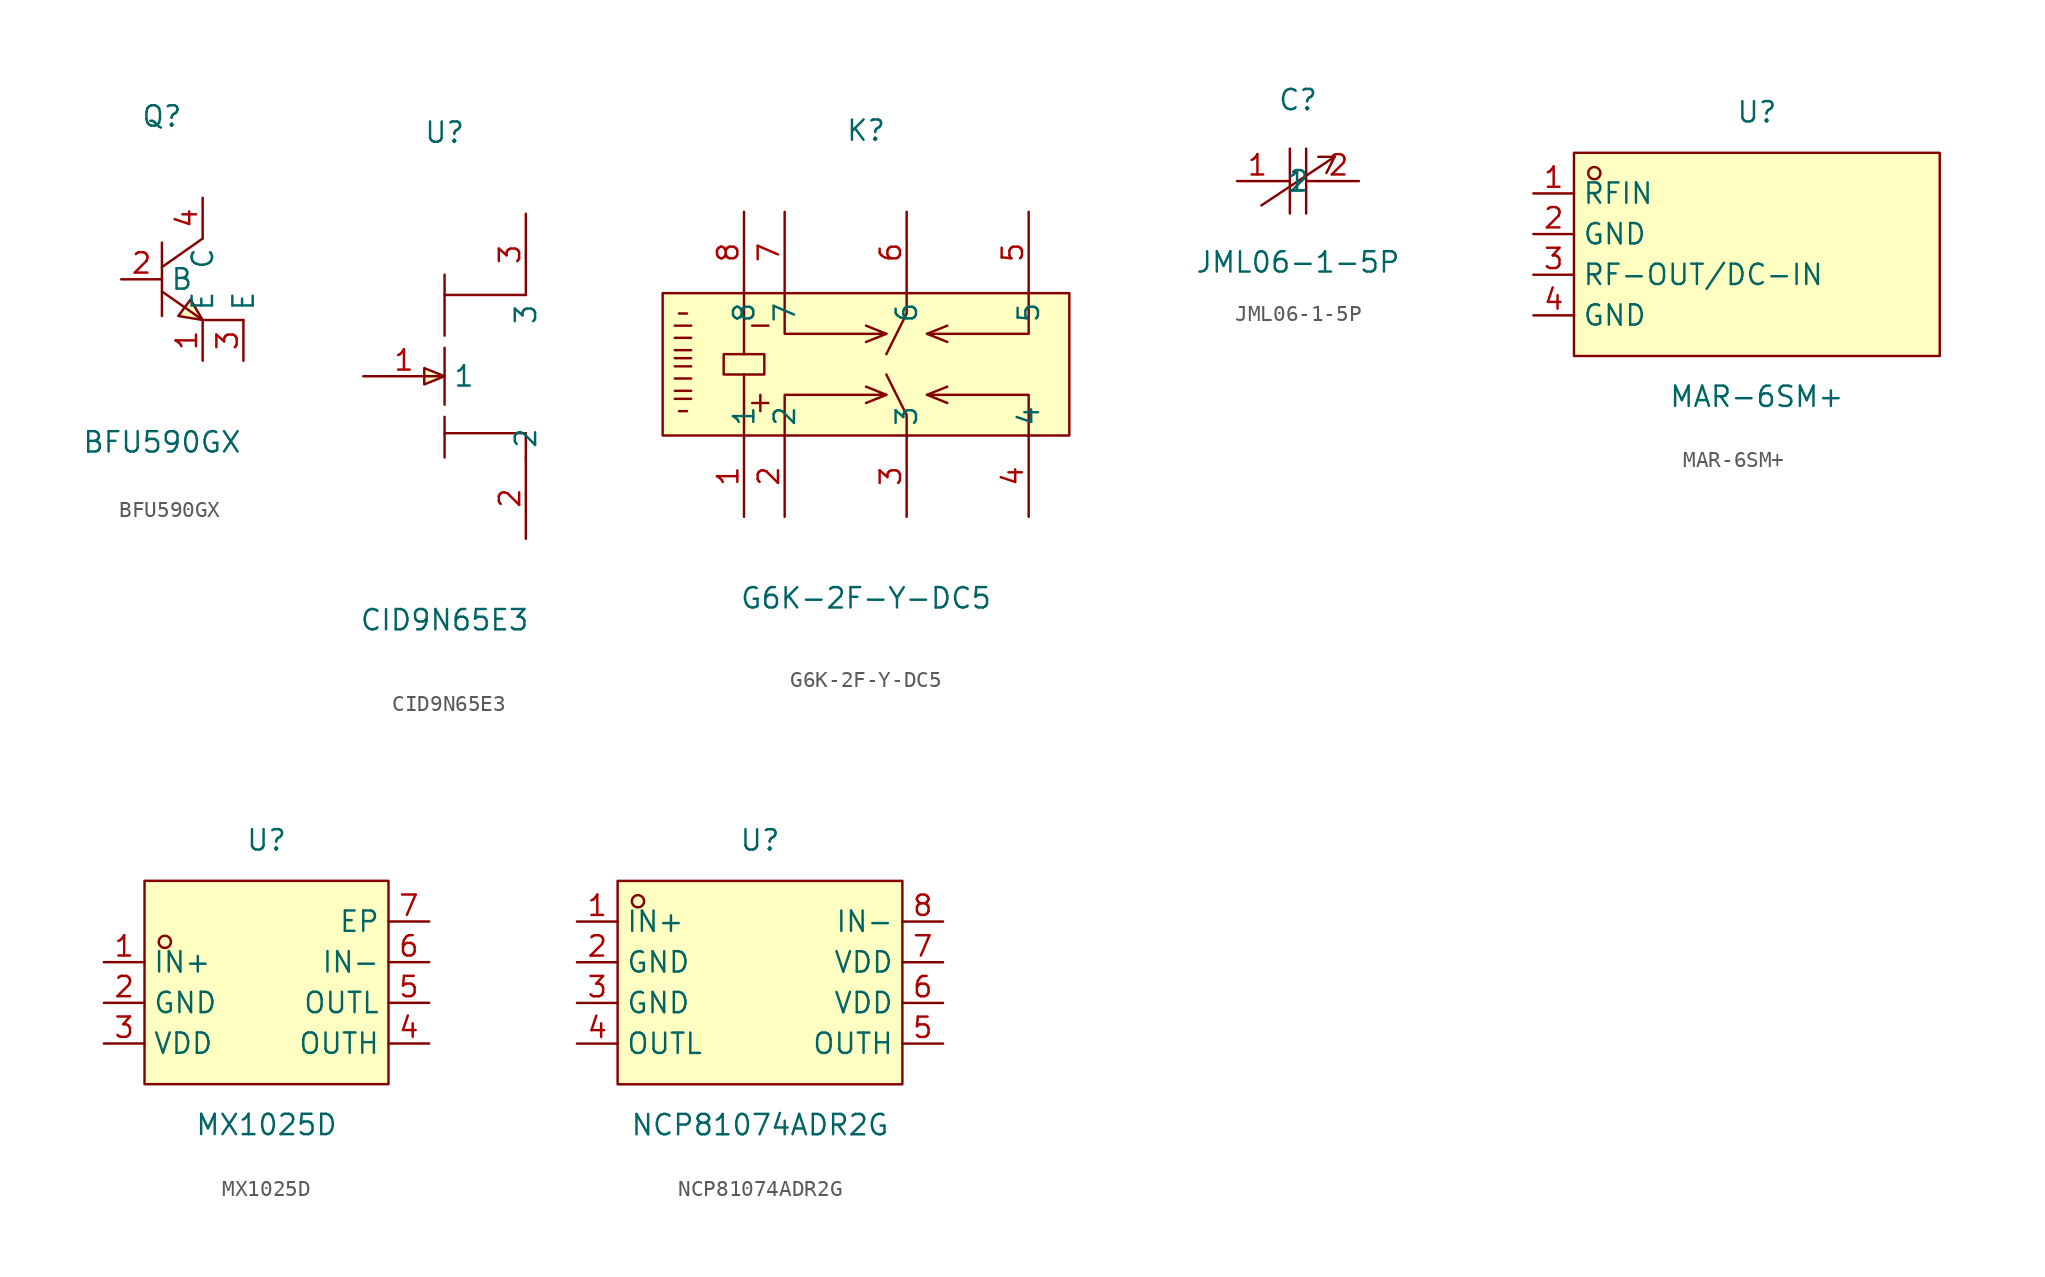
<source format=kicad_sym>
(kicad_symbol_lib
  (version 20211014)
  (generator https://github.com/uPesy/easyeda2kicad.py)
  (symbol "BFU590GX"
    (property "Reference" "Q"
      (at 0 10.16 0)
      (effects (font (size 1.27 1.27))))
    (property "Value" "BFU590GX"
      (at 0 -10.16 0)
      (effects (font (size 1.27 1.27))))
    (symbol "BFU590GX_0_1"
      (polyline (pts (xy 2.54 2.54) (xy 0.00 0.76)) (stroke (width 0) (type default) (color 0 0 0 0)) (fill (type none)))
      (polyline (pts (xy 0.00 -0.76) (xy 2.54 -2.54) (xy 5.08 -2.54)) (stroke (width 0) (type default) (color 0 0 0 0)) (fill (type none)))
      (polyline (pts (xy 0.00 2.29) (xy 0.00 -2.29)) (stroke (width 0) (type default) (color 0 0 0 0)) (fill (type none)))
      (polyline (pts (xy 2.54 -2.54) (xy 1.78 -1.27) (xy 1.02 -2.29) (xy 2.54 -2.54)) (stroke (width 0) (type default) (color 0 0 0 0)) (fill (type background)))
      (pin unspecified line (at 2.54 5.08 270) (length 2.54) (name "C" (effects (font (size 1.27 1.27)))) (number "4" (effects (font (size 1.27 1.27)))))
      (pin unspecified line (at -2.54 -0.00 0) (length 2.54) (name "B" (effects (font (size 1.27 1.27)))) (number "2" (effects (font (size 1.27 1.27)))))
      (pin unspecified line (at 2.54 -5.08 90) (length 2.54) (name "E" (effects (font (size 1.27 1.27)))) (number "1" (effects (font (size 1.27 1.27)))))
      (pin unspecified line (at 5.08 -5.08 90) (length 2.54) (name "E" (effects (font (size 1.27 1.27)))) (number "3" (effects (font (size 1.27 1.27)))))))
  (symbol "CID9N65E3"
    (property "Reference" "U"
      (at 0 15.24 0)
      (effects (font (size 1.27 1.27))))
    (property "Value" "CID9N65E3"
      (at 0 -15.24 0)
      (effects (font (size 1.27 1.27))))
    (symbol "CID9N65E3_0_1"
      (polyline (pts (xy 0.00 6.35) (xy 0.00 2.54)) (stroke (width 0) (type default) (color 0 0 0 0)) (fill (type none)))
      (polyline (pts (xy 0.00 1.78) (xy 0.00 -1.78)) (stroke (width 0) (type default) (color 0 0 0 0)) (fill (type none)))
      (polyline (pts (xy 0.00 -2.54) (xy 0.00 -5.08)) (stroke (width 0) (type default) (color 0 0 0 0)) (fill (type none)))
      (polyline (pts (xy 0.00 -0.00) (xy -1.27 0.51) (xy -1.27 -0.51) (xy 0.00 -0.00) (xy 0.00 -0.00)) (stroke (width 0) (type default) (color 0 0 0 0)) (fill (type background)))
      (polyline (pts (xy 0.00 5.08) (xy 5.08 5.08)) (stroke (width 0) (type default) (color 0 0 0 0)) (fill (type none)))
      (polyline (pts (xy 0.00 -3.56) (xy 5.08 -3.56) (xy 5.08 -5.08)) (stroke (width 0) (type default) (color 0 0 0 0)) (fill (type none)))
      (pin unspecified line (at -5.08 -0.00 0) (length 5.08) (name "1" (effects (font (size 1.27 1.27)))) (number "1" (effects (font (size 1.27 1.27)))))
      (pin unspecified line (at 5.08 -10.16 90) (length 5.08) (name "2" (effects (font (size 1.27 1.27)))) (number "2" (effects (font (size 1.27 1.27)))))
      (pin unspecified line (at 5.08 10.16 270) (length 5.08) (name "3" (effects (font (size 1.27 1.27)))) (number "3" (effects (font (size 1.27 1.27)))))))
  (symbol "G6K-2F-Y-DC5"
    (property "Reference" "K"
      (at 0 15.24 0)
      (effects (font (size 1.27 1.27))))
    (property "Value" "G6K-2F-Y-DC5"
      (at 0 -13.97 0)
      (effects (font (size 1.27 1.27))))
    (symbol "G6K-2F-Y-DC5_0_1"
      (rectangle (start -8.89 1.27) (end -6.35 0.00) (stroke (width 0) (type default) (color 0 0 0 0)) (fill (type background)))
      (rectangle (start -12.70 5.08) (end 12.70 -3.81) (stroke (width 0) (type default) (color 0 0 0 0)) (fill (type background)))
      (polyline (pts (xy -7.62 5.08) (xy -7.62 1.27)) (stroke (width 0) (type default) (color 0 0 0 0)) (fill (type none)))
      (polyline (pts (xy -7.62 -0.00) (xy -7.62 -3.81)) (stroke (width 0) (type default) (color 0 0 0 0)) (fill (type none)))
      (polyline (pts (xy -5.08 -3.81) (xy -5.08 -1.27) (xy 1.27 -1.27) (xy 0.00 -0.76)) (stroke (width 0) (type default) (color 0 0 0 0)) (fill (type none)))
      (polyline (pts (xy 1.27 -1.27) (xy 0.00 -1.78)) (stroke (width 0) (type default) (color 0 0 0 0)) (fill (type none)))
      (polyline (pts (xy 1.27 -0.00) (xy 2.54 -2.54) (xy 2.54 -3.81)) (stroke (width 0) (type default) (color 0 0 0 0)) (fill (type none)))
      (polyline (pts (xy -5.08 5.08) (xy -5.08 2.54) (xy 1.27 2.54) (xy 0.00 3.05)) (stroke (width 0) (type default) (color 0 0 0 0)) (fill (type none)))
      (polyline (pts (xy 1.27 1.27) (xy 2.54 3.81) (xy 2.54 5.08)) (stroke (width 0) (type default) (color 0 0 0 0)) (fill (type none)))
      (polyline (pts (xy 10.16 5.08) (xy 10.16 2.54) (xy 3.81 2.54) (xy 5.08 2.03)) (stroke (width 0) (type default) (color 0 0 0 0)) (fill (type none)))
      (polyline (pts (xy 3.81 2.54) (xy 5.08 3.05)) (stroke (width 0) (type default) (color 0 0 0 0)) (fill (type none)))
      (polyline (pts (xy 10.16 -3.81) (xy 10.16 -1.27) (xy 3.81 -1.27) (xy 5.08 -1.78)) (stroke (width 0) (type default) (color 0 0 0 0)) (fill (type none)))
      (polyline (pts (xy 3.81 -1.27) (xy 5.08 -0.76)) (stroke (width 0) (type default) (color 0 0 0 0)) (fill (type none)))
      (polyline (pts (xy -7.11 -1.78) (xy -6.10 -1.78)) (stroke (width 0) (type default) (color 0 0 0 0)) (fill (type none)))
      (polyline (pts (xy -6.60 -2.29) (xy -6.60 -1.27)) (stroke (width 0) (type default) (color 0 0 0 0)) (fill (type none)))
      (polyline (pts (xy -7.11 3.05) (xy -6.10 3.05)) (stroke (width 0) (type default) (color 0 0 0 0)) (fill (type none)))
      (polyline (pts (xy -11.94 3.05) (xy -10.92 3.05)) (stroke (width 0) (type default) (color 0 0 0 0)) (fill (type none)))
      (polyline (pts (xy -11.68 3.81) (xy -11.18 3.81)) (stroke (width 0) (type default) (color 0 0 0 0)) (fill (type none)))
      (polyline (pts (xy -11.94 2.29) (xy -10.92 2.29)) (stroke (width 0) (type default) (color 0 0 0 0)) (fill (type none)))
      (polyline (pts (xy -11.94 1.52) (xy -10.92 1.52)) (stroke (width 0) (type default) (color 0 0 0 0)) (fill (type none)))
      (polyline (pts (xy -11.94 1.02) (xy -10.92 1.02)) (stroke (width 0) (type default) (color 0 0 0 0)) (fill (type none)))
      (polyline (pts (xy -11.94 0.51) (xy -10.92 0.51)) (stroke (width 0) (type default) (color 0 0 0 0)) (fill (type none)))
      (polyline (pts (xy -11.94 -0.25) (xy -10.92 -0.25)) (stroke (width 0) (type default) (color 0 0 0 0)) (fill (type none)))
      (polyline (pts (xy -11.94 -1.02) (xy -10.92 -1.02)) (stroke (width 0) (type default) (color 0 0 0 0)) (fill (type none)))
      (polyline (pts (xy -11.94 -1.52) (xy -10.92 -1.52)) (stroke (width 0) (type default) (color 0 0 0 0)) (fill (type none)))
      (polyline (pts (xy -11.68 -2.29) (xy -11.18 -2.29)) (stroke (width 0) (type default) (color 0 0 0 0)) (fill (type none)))
      (polyline (pts (xy 1.27 2.54) (xy 0.00 2.03)) (stroke (width 0) (type default) (color 0 0 0 0)) (fill (type none)))
      (pin unspecified line (at -7.62 -8.89 90) (length 5.08) (name "1" (effects (font (size 1.27 1.27)))) (number "1" (effects (font (size 1.27 1.27)))))
      (pin unspecified line (at -5.08 -8.89 90) (length 5.08) (name "2" (effects (font (size 1.27 1.27)))) (number "2" (effects (font (size 1.27 1.27)))))
      (pin unspecified line (at 2.54 -8.89 90) (length 5.08) (name "3" (effects (font (size 1.27 1.27)))) (number "3" (effects (font (size 1.27 1.27)))))
      (pin unspecified line (at 10.16 -8.89 90) (length 5.08) (name "4" (effects (font (size 1.27 1.27)))) (number "4" (effects (font (size 1.27 1.27)))))
      (pin unspecified line (at 10.16 10.16 270) (length 5.08) (name "5" (effects (font (size 1.27 1.27)))) (number "5" (effects (font (size 1.27 1.27)))))
      (pin unspecified line (at 2.54 10.16 270) (length 5.08) (name "6" (effects (font (size 1.27 1.27)))) (number "6" (effects (font (size 1.27 1.27)))))
      (pin unspecified line (at -5.08 10.16 270) (length 5.08) (name "7" (effects (font (size 1.27 1.27)))) (number "7" (effects (font (size 1.27 1.27)))))
      (pin unspecified line (at -7.62 10.16 270) (length 5.08) (name "8" (effects (font (size 1.27 1.27)))) (number "8" (effects (font (size 1.27 1.27)))))))
  (symbol "JML06-1-5P"
    (property "Reference" "C"
      (at 0 5.08 0)
      (effects (font (size 1.27 1.27))))
    (property "Value" "JML06-1-5P"
      (at 0 -5.08 0)
      (effects (font (size 1.27 1.27))))
    (symbol "JML06-1-5P_0_1"
      (polyline (pts (xy -0.51 2.03) (xy -0.51 -2.03)) (stroke (width 0) (type default) (color 0 0 0 0)) (fill (type none)))
      (polyline (pts (xy 0.51 2.03) (xy 0.51 -2.03)) (stroke (width 0) (type default) (color 0 0 0 0)) (fill (type none)))
      (polyline (pts (xy -1.27 -0.00) (xy -0.51 -0.00)) (stroke (width 0) (type default) (color 0 0 0 0)) (fill (type none)))
      (polyline (pts (xy 0.51 -0.00) (xy 1.27 -0.00)) (stroke (width 0) (type default) (color 0 0 0 0)) (fill (type none)))
      (polyline (pts (xy -2.29 -1.52) (xy 2.29 1.52) (xy 1.27 1.52)) (stroke (width 0) (type default) (color 0 0 0 0)) (fill (type none)))
      (polyline (pts (xy 2.29 1.52) (xy 1.78 0.51)) (stroke (width 0) (type default) (color 0 0 0 0)) (fill (type none)))
      (pin input line (at -3.81 -0.00 0) (length 2.54) (name "1" (effects (font (size 1.27 1.27)))) (number "1" (effects (font (size 1.27 1.27)))))
      (pin input line (at 3.81 -0.00 180) (length 2.54) (name "2" (effects (font (size 1.27 1.27)))) (number "2" (effects (font (size 1.27 1.27)))))))
  (symbol "MAR-6SM+"
    (property "Reference" "U"
      (at 0 8.89 0)
      (effects (font (size 1.27 1.27))))
    (property "Value" "MAR-6SM+"
      (at 0 -8.89 0)
      (effects (font (size 1.27 1.27))))
    (symbol "MAR-6SM+_0_1"
      (rectangle (start -11.43 6.35) (end 11.43 -6.35) (stroke (width 0) (type default) (color 0 0 0 0)) (fill (type background)))
      (circle (center -10.16 5.08) (radius 0.38) (stroke (width 0) (type default) (color 0 0 0 0)) (fill (type none)))
      (pin unspecified line (at -13.97 3.81 0) (length 2.54) (name "RFIN" (effects (font (size 1.27 1.27)))) (number "1" (effects (font (size 1.27 1.27)))))
      (pin unspecified line (at -13.97 1.27 0) (length 2.54) (name "GND" (effects (font (size 1.27 1.27)))) (number "2" (effects (font (size 1.27 1.27)))))
      (pin unspecified line (at -13.97 -1.27 0) (length 2.54) (name "RF-OUT/DC-IN" (effects (font (size 1.27 1.27)))) (number "3" (effects (font (size 1.27 1.27)))))
      (pin unspecified line (at -13.97 -3.81 0) (length 2.54) (name "GND" (effects (font (size 1.27 1.27)))) (number "4" (effects (font (size 1.27 1.27)))))))
  (symbol "MX1025D"
    (property "Reference" "U"
      (at 0 8.89 0)
      (effects (font (size 1.27 1.27))))
    (property "Value" "MX1025D"
      (at 0 -8.89 0)
      (effects (font (size 1.27 1.27))))
    (symbol "MX1025D_0_1"
      (rectangle (start -7.62 6.35) (end 7.62 -6.35) (stroke (width 0) (type default) (color 0 0 0 0)) (fill (type background)))
      (circle (center -6.35 2.54) (radius 0.38) (stroke (width 0) (type default) (color 0 0 0 0)) (fill (type none)))
      (pin unspecified line (at -10.16 1.27 0) (length 2.54) (name "IN+" (effects (font (size 1.27 1.27)))) (number "1" (effects (font (size 1.27 1.27)))))
      (pin unspecified line (at -10.16 -1.27 0) (length 2.54) (name "GND" (effects (font (size 1.27 1.27)))) (number "2" (effects (font (size 1.27 1.27)))))
      (pin unspecified line (at -10.16 -3.81 0) (length 2.54) (name "VDD" (effects (font (size 1.27 1.27)))) (number "3" (effects (font (size 1.27 1.27)))))
      (pin unspecified line (at 10.16 -3.81 180) (length 2.54) (name "OUTH" (effects (font (size 1.27 1.27)))) (number "4" (effects (font (size 1.27 1.27)))))
      (pin unspecified line (at 10.16 -1.27 180) (length 2.54) (name "OUTL" (effects (font (size 1.27 1.27)))) (number "5" (effects (font (size 1.27 1.27)))))
      (pin unspecified line (at 10.16 1.27 180) (length 2.54) (name "IN-" (effects (font (size 1.27 1.27)))) (number "6" (effects (font (size 1.27 1.27)))))
      (pin unspecified line (at 10.16 3.81 180) (length 2.54) (name "EP" (effects (font (size 1.27 1.27)))) (number "7" (effects (font (size 1.27 1.27)))))))
  (symbol "NCP81074ADR2G"
    (property "Reference" "U"
      (at 0 8.89 0)
      (effects (font (size 1.27 1.27))))
    (property "Value" "NCP81074ADR2G"
      (at 0 -8.89 0)
      (effects (font (size 1.27 1.27))))
    (symbol "NCP81074ADR2G_0_1"
      (rectangle (start -8.89 6.35) (end 8.89 -6.35) (stroke (width 0) (type default) (color 0 0 0 0)) (fill (type background)))
      (circle (center -7.62 5.08) (radius 0.38) (stroke (width 0) (type default) (color 0 0 0 0)) (fill (type none)))
      (pin unspecified line (at -11.43 3.81 0) (length 2.54) (name "IN+" (effects (font (size 1.27 1.27)))) (number "1" (effects (font (size 1.27 1.27)))))
      (pin unspecified line (at -11.43 1.27 0) (length 2.54) (name "GND" (effects (font (size 1.27 1.27)))) (number "2" (effects (font (size 1.27 1.27)))))
      (pin unspecified line (at -11.43 -1.27 0) (length 2.54) (name "GND" (effects (font (size 1.27 1.27)))) (number "3" (effects (font (size 1.27 1.27)))))
      (pin unspecified line (at -11.43 -3.81 0) (length 2.54) (name "OUTL" (effects (font (size 1.27 1.27)))) (number "4" (effects (font (size 1.27 1.27)))))
      (pin unspecified line (at 11.43 -3.81 180) (length 2.54) (name "OUTH" (effects (font (size 1.27 1.27)))) (number "5" (effects (font (size 1.27 1.27)))))
      (pin unspecified line (at 11.43 -1.27 180) (length 2.54) (name "VDD" (effects (font (size 1.27 1.27)))) (number "6" (effects (font (size 1.27 1.27)))))
      (pin unspecified line (at 11.43 1.27 180) (length 2.54) (name "VDD" (effects (font (size 1.27 1.27)))) (number "7" (effects (font (size 1.27 1.27)))))
      (pin unspecified line (at 11.43 3.81 180) (length 2.54) (name "IN-" (effects (font (size 1.27 1.27)))) (number "8" (effects (font (size 1.27 1.27))))))))
</source>
